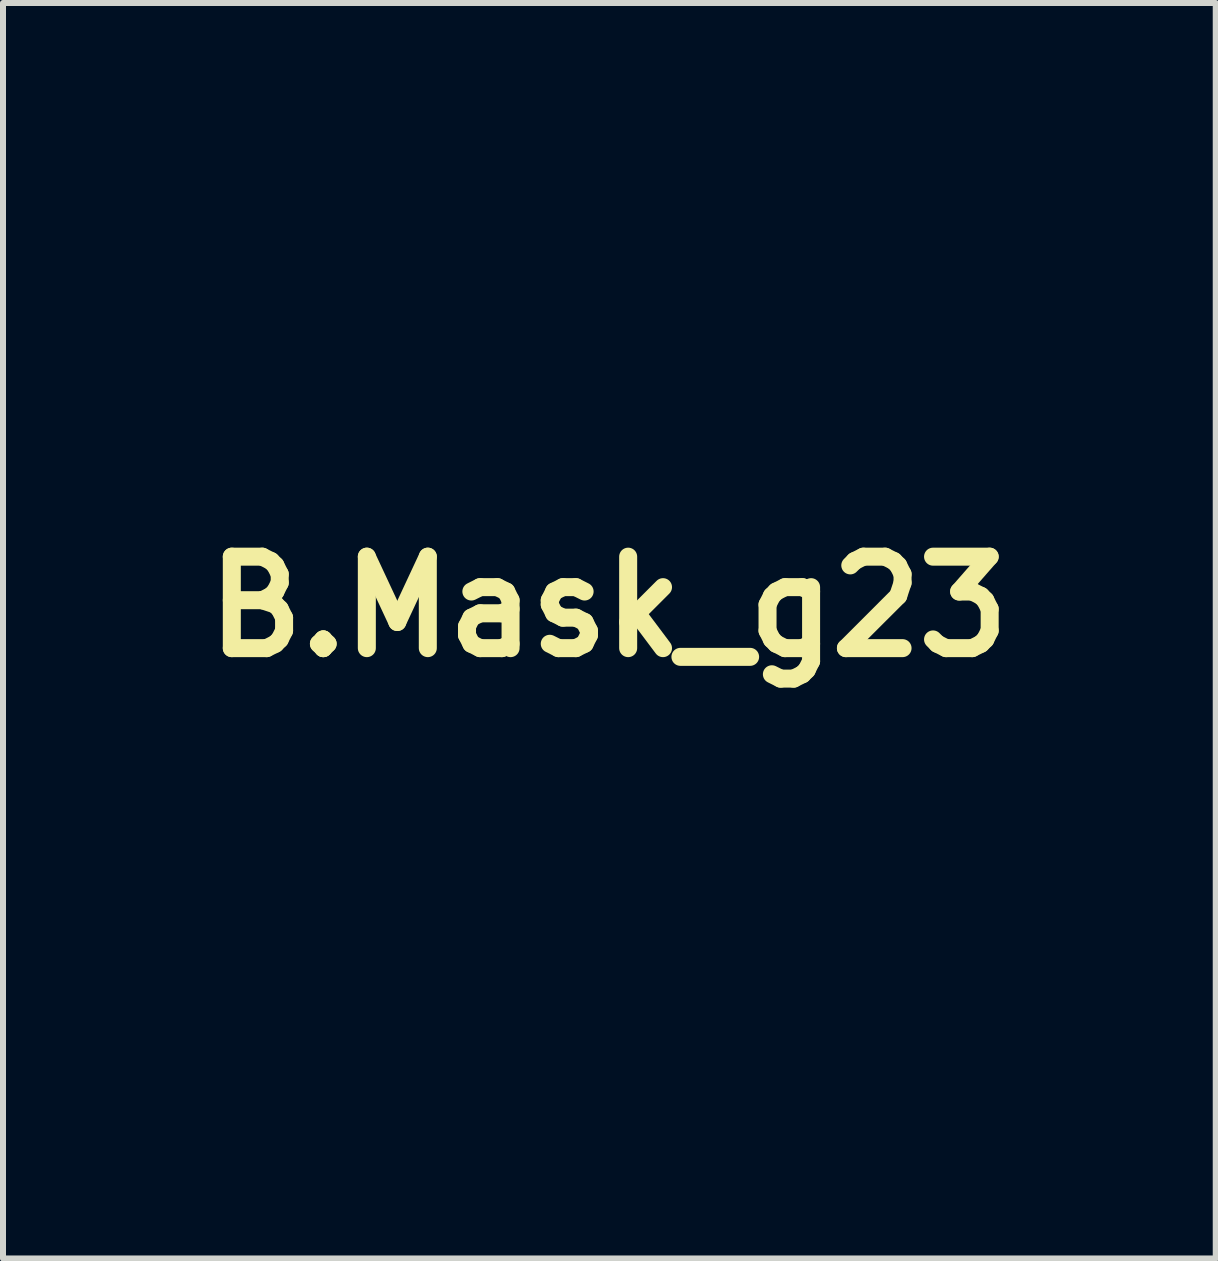
<source format=kicad_pcb>
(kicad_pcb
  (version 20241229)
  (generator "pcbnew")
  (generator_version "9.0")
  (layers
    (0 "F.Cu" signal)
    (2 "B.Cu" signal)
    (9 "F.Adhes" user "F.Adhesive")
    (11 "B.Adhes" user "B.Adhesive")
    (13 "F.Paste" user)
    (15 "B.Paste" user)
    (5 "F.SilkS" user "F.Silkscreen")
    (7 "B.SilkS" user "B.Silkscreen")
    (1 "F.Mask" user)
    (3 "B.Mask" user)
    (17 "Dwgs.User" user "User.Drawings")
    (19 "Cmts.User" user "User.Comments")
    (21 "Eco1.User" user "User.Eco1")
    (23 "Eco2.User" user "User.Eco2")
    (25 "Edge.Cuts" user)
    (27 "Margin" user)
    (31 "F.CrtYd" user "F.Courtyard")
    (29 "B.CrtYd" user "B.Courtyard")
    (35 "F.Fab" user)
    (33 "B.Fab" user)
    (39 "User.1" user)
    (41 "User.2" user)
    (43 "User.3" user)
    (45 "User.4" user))
  (footprint "B.Mask_g23"
    (layer "F.Cu")
    (at 7.09 7.06)
    (property "Reference" "B.Mask_g23" (at 0 0 0) (layer "F.SilkS") (effects (font (size 1.524 1.524) (thickness 0.3))))
    (attr through_hole)
    (fp_poly (pts (xy 1.855 0.419) (xy 1.901 0.459) (xy 1.925 0.507) (xy 1.926 0.517) (xy 1.907 0.575) (xy 1.86 0.619) (xy 1.801 0.635) (xy 1.764 0.649) (xy 1.701 0.69) (xy 1.618 0.755) (xy 1.554 0.809) (xy 1.355 0.983) (xy 1.355 1.547) (xy 1.355 1.72) (xy 1.356 1.856) (xy 1.358 1.959) (xy 1.362 2.033) (xy 1.367 2.084) (xy 1.374 2.116) (xy 1.383 2.134) (xy 1.386 2.138) (xy 1.413 2.183) (xy 1.416 2.239) (xy 1.397 2.289) (xy 1.377 2.306) (xy 1.317 2.325) (xy 1.256 2.324) (xy 1.214 2.304) (xy 1.212 2.302) (xy 1.18 2.239) (xy 1.185 2.205) (xy 1.256 2.205) (xy 1.269 2.232) (xy 1.27 2.234) (xy 1.299 2.254) (xy 1.327 2.241) (xy 1.344 2.21) (xy 1.336 2.195) (xy 1.301 2.184) (xy 1.28 2.188) (xy 1.256 2.205) (xy 1.185 2.205) (xy 1.189 2.181) (xy 1.208 2.152) (xy 1.22 2.134) (xy 1.23 2.111) (xy 1.237 2.079) (xy 1.242 2.032) (xy 1.245 1.965) (xy 1.247 1.874) (xy 1.248 1.752) (xy 1.249 1.594) (xy 1.249 1.527) (xy 1.249 0.955) (xy 1.471 0.758) (xy 1.577 0.661) (xy 1.649 0.587) (xy 1.687 0.537) (xy 1.691 0.523) (xy 1.765 0.523) (xy 1.767 0.529) (xy 1.799 0.549) (xy 1.838 0.543) (xy 1.851 0.531) (xy 1.848 0.504) (xy 1.841 0.497) (xy 1.807 0.491) (xy 1.776 0.502) (xy 1.765 0.523) (xy 1.691 0.523) (xy 1.693 0.517) (xy 1.71 0.466) (xy 1.75 0.422) (xy 1.798 0.402) (xy 1.801 0.402) (xy 1.855 0.419)) (stroke (width 0.01) (type solid)) (fill yes) (layer "B.Mask"))
    (fp_poly (pts (xy 4.736 -7.032) (xy 4.786 -6.989) (xy 4.805 -6.93) (xy 4.821 -6.902) (xy 4.869 -6.849) (xy 4.947 -6.771) (xy 5.054 -6.671) (xy 5.189 -6.549) (xy 5.228 -6.514) (xy 5.652 -6.137) (xy 5.652 0.754) (xy 6.074 1.128) (xy 6.223 1.258) (xy 6.342 1.36) (xy 6.434 1.434) (xy 6.499 1.48) (xy 6.539 1.501) (xy 6.546 1.503) (xy 6.615 1.518) (xy 6.658 1.557) (xy 6.672 1.61) (xy 6.651 1.667) (xy 6.636 1.684) (xy 6.584 1.726) (xy 6.538 1.731) (xy 6.483 1.704) (xy 6.482 1.703) (xy 6.446 1.661) (xy 6.435 1.621) (xy 6.43 1.606) (xy 6.52 1.606) (xy 6.525 1.638) (xy 6.548 1.651) (xy 6.583 1.642) (xy 6.59 1.637) (xy 6.591 1.613) (xy 6.571 1.586) (xy 6.544 1.576) (xy 6.538 1.578) (xy 6.52 1.606) (xy 6.43 1.606) (xy 6.427 1.598) (xy 6.401 1.563) (xy 6.355 1.513) (xy 6.285 1.445) (xy 6.19 1.357) (xy 6.066 1.245) (xy 6.001 1.187) (xy 5.567 0.802) (xy 5.567 -6.09) (xy 5.152 -6.458) (xy 5.016 -6.578) (xy 4.907 -6.671) (xy 4.822 -6.741) (xy 4.758 -6.79) (xy 4.709 -6.821) (xy 4.674 -6.836) (xy 4.663 -6.839) (xy 4.593 -6.863) (xy 4.558 -6.908) (xy 4.553 -6.942) (xy 4.635 -6.942) (xy 4.65 -6.914) (xy 4.681 -6.905) (xy 4.706 -6.926) (xy 4.71 -6.944) (xy 4.692 -6.973) (xy 4.673 -6.981) (xy 4.643 -6.972) (xy 4.635 -6.942) (xy 4.553 -6.942) (xy 4.551 -6.954) (xy 4.568 -7.011) (xy 4.617 -7.042) (xy 4.668 -7.048) (xy 4.736 -7.032)) (stroke (width 0.01) (type solid)) (fill yes) (layer "B.Mask"))
    (fp_poly (pts (xy -1.211 -1.134) (xy -1.176 -1.092) (xy -1.167 -1.037) (xy -1.192 -0.978) (xy -1.2 -0.969) (xy -1.211 -0.953) (xy -1.219 -0.929) (xy -1.226 -0.892) (xy -1.23 -0.836) (xy -1.233 -0.758) (xy -1.235 -0.651) (xy -1.237 -0.512) (xy -1.237 -0.353) (xy -1.238 0.223) (xy -1.333 0.307) (xy -1.399 0.366) (xy -1.479 0.437) (xy -1.548 0.497) (xy -1.621 0.568) (xy -1.66 0.622) (xy -1.67 0.657) (xy -1.681 0.709) (xy -1.698 0.737) (xy -1.745 0.758) (xy -1.808 0.759) (xy -1.867 0.741) (xy -1.891 0.723) (xy -1.919 0.681) (xy -1.923 0.664) (xy -1.836 0.664) (xy -1.832 0.675) (xy -1.803 0.696) (xy -1.771 0.693) (xy -1.757 0.668) (xy -1.771 0.631) (xy -1.802 0.619) (xy -1.825 0.631) (xy -1.836 0.664) (xy -1.923 0.664) (xy -1.926 0.652) (xy -1.908 0.607) (xy -1.863 0.569) (xy -1.806 0.55) (xy -1.798 0.55) (xy -1.754 0.534) (xy -1.682 0.486) (xy -1.584 0.406) (xy -1.54 0.368) (xy -1.333 0.185) (xy -1.333 -0.363) (xy -1.334 -0.53) (xy -1.334 -0.66) (xy -1.336 -0.759) (xy -1.339 -0.831) (xy -1.344 -0.882) (xy -1.351 -0.918) (xy -1.36 -0.943) (xy -1.372 -0.964) (xy -1.378 -0.972) (xy -1.409 -1.038) (xy -1.406 -1.056) (xy -1.324 -1.056) (xy -1.322 -1.029) (xy -1.297 -1.008) (xy -1.267 -1.008) (xy -1.266 -1.008) (xy -1.25 -1.036) (xy -1.249 -1.049) (xy -1.264 -1.074) (xy -1.296 -1.077) (xy -1.324 -1.056) (xy -1.406 -1.056) (xy -1.4 -1.093) (xy -1.35 -1.136) (xy -1.333 -1.143) (xy -1.266 -1.154) (xy -1.211 -1.134)) (stroke (width 0.01) (type solid)) (fill yes) (layer "B.Mask"))
    (fp_poly (pts (xy -0.801 -1.142) (xy -0.756 -1.105) (xy -0.735 -1.05) (xy -0.743 -1) (xy -0.765 -0.963) (xy -0.782 -0.953) (xy -0.79 -0.931) (xy -0.796 -0.868) (xy -0.8 -0.763) (xy -0.803 -0.616) (xy -0.804 -0.428) (xy -0.804 -0.364) (xy -0.804 0.224) (xy -1.237 0.604) (xy -1.37 0.722) (xy -1.475 0.816) (xy -1.553 0.889) (xy -1.608 0.945) (xy -1.644 0.986) (xy -1.664 1.016) (xy -1.671 1.038) (xy -1.671 1.04) (xy -1.69 1.103) (xy -1.737 1.141) (xy -1.805 1.148) (xy -1.847 1.138) (xy -1.898 1.104) (xy -1.919 1.055) (xy -1.915 1.027) (xy -1.834 1.027) (xy -1.832 1.056) (xy -1.803 1.077) (xy -1.771 1.074) (xy -1.757 1.049) (xy -1.771 1.012) (xy -1.78 1.004) (xy -1.812 1.003) (xy -1.834 1.027) (xy -1.915 1.027) (xy -1.912 1.003) (xy -1.879 0.958) (xy -1.824 0.933) (xy -1.8 0.931) (xy -1.773 0.924) (xy -1.734 0.902) (xy -1.678 0.861) (xy -1.601 0.8) (xy -1.502 0.715) (xy -1.376 0.605) (xy -1.332 0.566) (xy -0.921 0.201) (xy -0.915 -0.37) (xy -0.914 -0.543) (xy -0.913 -0.678) (xy -0.914 -0.78) (xy -0.917 -0.854) (xy -0.921 -0.904) (xy -0.927 -0.936) (xy -0.935 -0.952) (xy -0.942 -0.958) (xy -0.97 -0.995) (xy -0.973 -1.048) (xy -0.972 -1.051) (xy -0.889 -1.051) (xy -0.88 -1.015) (xy -0.875 -1.009) (xy -0.851 -1.008) (xy -0.824 -1.028) (xy -0.814 -1.055) (xy -0.816 -1.061) (xy -0.844 -1.078) (xy -0.876 -1.073) (xy -0.889 -1.051) (xy -0.972 -1.051) (xy -0.952 -1.102) (xy -0.92 -1.135) (xy -0.859 -1.155) (xy -0.801 -1.142)) (stroke (width 0.01) (type solid)) (fill yes) (layer "B.Mask"))
    (fp_poly (pts (xy 5.187 -7.028) (xy 5.221 -6.974) (xy 5.225 -6.953) (xy 5.232 -6.929) (xy 5.251 -6.899) (xy 5.284 -6.859) (xy 5.336 -6.806) (xy 5.41 -6.737) (xy 5.509 -6.647) (xy 5.636 -6.534) (xy 5.664 -6.509) (xy 6.096 -6.129) (xy 6.097 -2.678) (xy 6.099 0.773) (xy 6.507 1.132) (xy 6.647 1.255) (xy 6.76 1.351) (xy 6.847 1.421) (xy 6.912 1.468) (xy 6.956 1.493) (xy 6.976 1.499) (xy 7.044 1.52) (xy 7.093 1.56) (xy 7.112 1.608) (xy 7.094 1.667) (xy 7.048 1.708) (xy 6.987 1.726) (xy 6.923 1.714) (xy 6.906 1.703) (xy 6.866 1.653) (xy 6.858 1.621) (xy 6.943 1.621) (xy 6.957 1.644) (xy 6.988 1.645) (xy 7.016 1.626) (xy 7.022 1.614) (xy 7.012 1.593) (xy 6.987 1.587) (xy 6.95 1.601) (xy 6.943 1.621) (xy 6.858 1.621) (xy 6.856 1.613) (xy 6.851 1.591) (xy 6.833 1.562) (xy 6.8 1.523) (xy 6.748 1.47) (xy 6.675 1.401) (xy 6.576 1.312) (xy 6.448 1.199) (xy 6.422 1.176) (xy 5.99 0.796) (xy 5.99 -6.095) (xy 5.574 -6.466) (xy 5.438 -6.585) (xy 5.33 -6.679) (xy 5.247 -6.748) (xy 5.184 -6.795) (xy 5.139 -6.824) (xy 5.109 -6.836) (xy 5.101 -6.837) (xy 5.037 -6.852) (xy 4.996 -6.891) (xy 4.982 -6.937) (xy 5.064 -6.937) (xy 5.07 -6.92) (xy 5.097 -6.905) (xy 5.126 -6.921) (xy 5.14 -6.95) (xy 5.131 -6.98) (xy 5.115 -6.985) (xy 5.076 -6.97) (xy 5.064 -6.937) (xy 4.982 -6.937) (xy 4.981 -6.943) (xy 4.993 -6.994) (xy 5.036 -7.035) (xy 5.056 -7.044) (xy 5.129 -7.053) (xy 5.187 -7.028)) (stroke (width 0.01) (type solid)) (fill yes) (layer "B.Mask"))
    (fp_poly (pts (xy 1.868 0.04) (xy 1.891 0.06) (xy 1.921 0.118) (xy 1.916 0.178) (xy 1.881 0.226) (xy 1.821 0.252) (xy 1.798 0.254) (xy 1.768 0.265) (xy 1.718 0.297) (xy 1.645 0.353) (xy 1.547 0.435) (xy 1.422 0.543) (xy 1.328 0.626) (xy 0.91 0.997) (xy 0.91 1.546) (xy 0.91 1.714) (xy 0.911 1.844) (xy 0.913 1.941) (xy 0.916 2.013) (xy 0.92 2.062) (xy 0.927 2.095) (xy 0.936 2.117) (xy 0.948 2.133) (xy 0.953 2.138) (xy 0.99 2.197) (xy 0.986 2.254) (xy 0.956 2.293) (xy 0.896 2.324) (xy 0.83 2.322) (xy 0.776 2.29) (xy 0.744 2.232) (xy 0.745 2.229) (xy 0.832 2.229) (xy 0.848 2.258) (xy 0.868 2.265) (xy 0.895 2.249) (xy 0.901 2.242) (xy 0.903 2.21) (xy 0.881 2.188) (xy 0.85 2.19) (xy 0.844 2.195) (xy 0.832 2.229) (xy 0.745 2.229) (xy 0.754 2.177) (xy 0.783 2.144) (xy 0.796 2.131) (xy 0.805 2.114) (xy 0.813 2.087) (xy 0.818 2.047) (xy 0.822 1.986) (xy 0.824 1.902) (xy 0.826 1.788) (xy 0.826 1.641) (xy 0.826 1.525) (xy 0.827 0.942) (xy 1.26 0.561) (xy 1.392 0.444) (xy 1.495 0.351) (xy 1.572 0.279) (xy 1.628 0.224) (xy 1.664 0.183) (xy 1.684 0.153) (xy 1.688 0.142) (xy 1.765 0.142) (xy 1.767 0.148) (xy 1.799 0.168) (xy 1.838 0.162) (xy 1.851 0.15) (xy 1.848 0.123) (xy 1.841 0.116) (xy 1.807 0.11) (xy 1.776 0.121) (xy 1.765 0.142) (xy 1.688 0.142) (xy 1.692 0.129) (xy 1.693 0.122) (xy 1.711 0.067) (xy 1.755 0.032) (xy 1.811 0.022) (xy 1.868 0.04)) (stroke (width 0.01) (type solid)) (fill yes) (layer "B.Mask"))
    (fp_poly (pts (xy 4.334 -6.16) (xy 4.485 -6.026) (xy 4.608 -5.922) (xy 4.701 -5.846) (xy 4.767 -5.799) (xy 4.805 -5.779) (xy 4.81 -5.779) (xy 4.879 -5.763) (xy 4.927 -5.724) (xy 4.949 -5.672) (xy 4.941 -5.616) (xy 4.914 -5.581) (xy 4.855 -5.55) (xy 4.792 -5.552) (xy 4.738 -5.581) (xy 4.704 -5.633) (xy 4.7 -5.662) (xy 4.784 -5.662) (xy 4.801 -5.636) (xy 4.826 -5.63) (xy 4.86 -5.644) (xy 4.868 -5.662) (xy 4.851 -5.688) (xy 4.826 -5.694) (xy 4.792 -5.681) (xy 4.784 -5.662) (xy 4.7 -5.662) (xy 4.699 -5.667) (xy 4.686 -5.694) (xy 4.646 -5.741) (xy 4.578 -5.81) (xy 4.481 -5.903) (xy 4.352 -6.02) (xy 4.281 -6.083) (xy 3.863 -6.455) (xy 0.468 -6.456) (xy 0.043 -6.081) (xy -0.381 -5.706) (xy -0.381 -3.791) (xy -0.816 -3.405) (xy -0.954 -3.281) (xy -1.067 -3.176) (xy -1.153 -3.093) (xy -1.21 -3.033) (xy -1.237 -2.998) (xy -1.239 -2.99) (xy -1.246 -2.957) (xy -1.276 -2.915) (xy -1.316 -2.877) (xy -1.354 -2.858) (xy -1.36 -2.857) (xy -1.397 -2.869) (xy -1.435 -2.89) (xy -1.477 -2.939) (xy -1.481 -2.974) (xy -1.408 -2.974) (xy -1.406 -2.961) (xy -1.375 -2.943) (xy -1.336 -2.949) (xy -1.327 -2.956) (xy -1.326 -2.982) (xy -1.336 -2.999) (xy -1.365 -3.016) (xy -1.389 -3.004) (xy -1.408 -2.974) (xy -1.481 -2.974) (xy -1.484 -2.994) (xy -1.46 -3.045) (xy -1.411 -3.08) (xy -1.355 -3.09) (xy -1.324 -3.105) (xy -1.264 -3.147) (xy -1.179 -3.215) (xy -1.068 -3.307) (xy -0.936 -3.423) (xy -0.888 -3.465) (xy -0.466 -3.84) (xy -0.466 -5.753) (xy 0.413 -6.538) (xy 3.906 -6.54) (xy 4.334 -6.16)) (stroke (width 0.01) (type solid)) (fill yes) (layer "B.Mask"))
    (fp_poly (pts (xy 4.336 -6.54) (xy 4.488 -6.407) (xy 4.612 -6.302) (xy 4.707 -6.225) (xy 4.773 -6.178) (xy 4.81 -6.16) (xy 4.812 -6.16) (xy 4.88 -6.145) (xy 4.928 -6.106) (xy 4.949 -6.055) (xy 4.94 -6.001) (xy 4.898 -5.955) (xy 4.831 -5.931) (xy 4.77 -5.946) (xy 4.723 -5.996) (xy 4.71 -6.031) (xy 4.704 -6.043) (xy 4.784 -6.043) (xy 4.801 -6.017) (xy 4.826 -6.011) (xy 4.86 -6.025) (xy 4.868 -6.043) (xy 4.851 -6.069) (xy 4.826 -6.075) (xy 4.792 -6.062) (xy 4.784 -6.043) (xy 4.704 -6.043) (xy 4.695 -6.061) (xy 4.665 -6.101) (xy 4.617 -6.154) (xy 4.547 -6.223) (xy 4.451 -6.312) (xy 4.328 -6.423) (xy 4.276 -6.47) (xy 3.863 -6.837) (xy 0.463 -6.837) (xy -0.171 -6.274) (xy -0.804 -5.71) (xy -0.804 -3.798) (xy -1.238 -3.412) (xy -1.375 -3.289) (xy -1.482 -3.191) (xy -1.563 -3.115) (xy -1.619 -3.057) (xy -1.654 -3.015) (xy -1.67 -2.987) (xy -1.672 -2.976) (xy -1.69 -2.919) (xy -1.737 -2.882) (xy -1.799 -2.869) (xy -1.858 -2.884) (xy -1.905 -2.924) (xy -1.917 -2.969) (xy -1.837 -2.969) (xy -1.827 -2.956) (xy -1.793 -2.942) (xy -1.764 -2.954) (xy -1.757 -2.974) (xy -1.774 -3) (xy -1.799 -3.006) (xy -1.836 -2.995) (xy -1.837 -2.969) (xy -1.917 -2.969) (xy -1.92 -2.977) (xy -1.906 -3.029) (xy -1.867 -3.071) (xy -1.807 -3.09) (xy -1.799 -3.09) (xy -1.773 -3.097) (xy -1.734 -3.119) (xy -1.678 -3.159) (xy -1.602 -3.219) (xy -1.504 -3.302) (xy -1.379 -3.41) (xy -1.327 -3.455) (xy -0.912 -3.821) (xy -0.911 -4.784) (xy -0.909 -5.747) (xy 0.413 -6.919) (xy 3.908 -6.921) (xy 4.336 -6.54)) (stroke (width 0.01) (type solid)) (fill yes) (layer "B.Mask"))
    (fp_poly (pts (xy -1.16 -4.747) (xy -1.112 -4.709) (xy -1.082 -4.663) (xy -1.079 -4.646) (xy -1.098 -4.599) (xy -1.143 -4.557) (xy -1.2 -4.531) (xy -1.222 -4.529) (xy -1.248 -4.522) (xy -1.287 -4.5) (xy -1.341 -4.461) (xy -1.414 -4.402) (xy -1.51 -4.32) (xy -1.631 -4.213) (xy -1.704 -4.148) (xy -2.127 -3.769) (xy -3.423 -3.768) (xy -4.718 -3.768) (xy -5.354 -3.204) (xy -5.99 -2.64) (xy -5.99 2.722) (xy -6.413 3.098) (xy -6.559 3.229) (xy -6.675 3.336) (xy -6.76 3.42) (xy -6.814 3.479) (xy -6.836 3.512) (xy -6.837 3.515) (xy -6.855 3.573) (xy -6.901 3.615) (xy -6.961 3.636) (xy -7.022 3.63) (xy -7.058 3.607) (xy -7.085 3.555) (xy -7.083 3.527) (xy -7.003 3.527) (xy -6.999 3.544) (xy -6.975 3.563) (xy -6.941 3.56) (xy -6.922 3.536) (xy -6.921 3.532) (xy -6.938 3.509) (xy -6.973 3.495) (xy -6.999 3.5) (xy -7.003 3.527) (xy -7.083 3.527) (xy -7.081 3.497) (xy -7.051 3.446) (xy -7.002 3.415) (xy -6.953 3.412) (xy -6.926 3.4) (xy -6.871 3.361) (xy -6.79 3.298) (xy -6.688 3.213) (xy -6.565 3.107) (xy -6.497 3.048) (xy -6.077 2.678) (xy -6.076 -0.005) (xy -6.075 -2.687) (xy -5.42 -3.27) (xy -4.765 -3.852) (xy -2.177 -3.852) (xy -1.755 -4.226) (xy -1.617 -4.35) (xy -1.508 -4.449) (xy -1.428 -4.526) (xy -1.374 -4.583) (xy -1.343 -4.622) (xy -1.333 -4.646) (xy -1.333 -4.646) (xy -1.249 -4.646) (xy -1.231 -4.62) (xy -1.206 -4.614) (xy -1.172 -4.628) (xy -1.164 -4.646) (xy -1.182 -4.672) (xy -1.206 -4.678) (xy -1.241 -4.665) (xy -1.249 -4.646) (xy -1.333 -4.646) (xy -1.315 -4.702) (xy -1.268 -4.746) (xy -1.21 -4.763) (xy -1.16 -4.747)) (stroke (width 0.01) (type solid)) (fill yes) (layer "B.Mask"))
    (fp_poly (pts (xy -1.156 -4.365) (xy -1.111 -4.327) (xy -1.083 -4.282) (xy -1.079 -4.265) (xy -1.098 -4.219) (xy -1.142 -4.176) (xy -1.197 -4.151) (xy -1.218 -4.149) (xy -1.245 -4.14) (xy -1.288 -4.114) (xy -1.35 -4.068) (xy -1.434 -4) (xy -1.542 -3.907) (xy -1.678 -3.788) (xy -1.7 -3.768) (xy -2.127 -3.387) (xy -3.423 -3.387) (xy -4.718 -3.387) (xy -5.131 -3.022) (xy -5.544 -2.656) (xy -5.546 2.708) (xy -5.98 3.094) (xy -6.124 3.224) (xy -6.237 3.328) (xy -6.32 3.409) (xy -6.376 3.468) (xy -6.407 3.508) (xy -6.413 3.526) (xy -6.431 3.582) (xy -6.477 3.622) (xy -6.536 3.638) (xy -6.596 3.628) (xy -6.632 3.602) (xy -6.66 3.558) (xy -6.665 3.538) (xy -6.577 3.538) (xy -6.555 3.555) (xy -6.542 3.556) (xy -6.506 3.543) (xy -6.498 3.523) (xy -6.514 3.497) (xy -6.533 3.496) (xy -6.569 3.514) (xy -6.577 3.538) (xy -6.665 3.538) (xy -6.668 3.528) (xy -6.649 3.479) (xy -6.606 3.436) (xy -6.553 3.412) (xy -6.532 3.411) (xy -6.509 3.407) (xy -6.471 3.386) (xy -6.416 3.346) (xy -6.341 3.286) (xy -6.242 3.202) (xy -6.117 3.092) (xy -6.068 3.049) (xy -5.652 2.68) (xy -5.652 -2.681) (xy -5.208 -3.076) (xy -4.764 -3.471) (xy -2.17 -3.473) (xy -1.757 -3.841) (xy -1.62 -3.964) (xy -1.513 -4.063) (xy -1.434 -4.14) (xy -1.38 -4.197) (xy -1.349 -4.237) (xy -1.337 -4.263) (xy -1.337 -4.265) (xy -1.249 -4.265) (xy -1.231 -4.239) (xy -1.206 -4.233) (xy -1.172 -4.247) (xy -1.164 -4.265) (xy -1.182 -4.291) (xy -1.206 -4.297) (xy -1.241 -4.284) (xy -1.249 -4.265) (xy -1.337 -4.265) (xy -1.312 -4.321) (xy -1.26 -4.365) (xy -1.202 -4.381) (xy -1.156 -4.365)) (stroke (width 0.01) (type solid)) (fill yes) (layer "B.Mask"))
    (fp_poly (pts (xy 0.615 0.89) (xy 0.648 0.921) (xy 0.67 0.962) (xy 0.666 0.995) (xy 0.648 1.027) (xy 0.602 1.065) (xy 0.539 1.081) (xy 0.479 1.072) (xy 0.445 1.048) (xy 0.431 1.038) (xy 0.406 1.031) (xy 0.365 1.026) (xy 0.302 1.021) (xy 0.214 1.019) (xy 0.097 1.017) (xy -0.055 1.016) (xy -0.207 1.016) (xy -0.832 1.016) (xy -0.94 1.11) (xy -1.014 1.175) (xy -1.094 1.244) (xy -1.141 1.286) (xy -1.234 1.368) (xy -1.237 1.724) (xy -1.237 1.858) (xy -1.236 1.956) (xy -1.232 2.026) (xy -1.226 2.073) (xy -1.216 2.104) (xy -1.203 2.127) (xy -1.202 2.129) (xy -1.168 2.196) (xy -1.173 2.26) (xy -1.197 2.295) (xy -1.252 2.323) (xy -1.318 2.324) (xy -1.375 2.297) (xy -1.383 2.29) (xy -1.415 2.234) (xy -1.414 2.228) (xy -1.328 2.228) (xy -1.322 2.245) (xy -1.295 2.26) (xy -1.266 2.245) (xy -1.253 2.215) (xy -1.261 2.185) (xy -1.278 2.18) (xy -1.316 2.195) (xy -1.328 2.228) (xy -1.414 2.228) (xy -1.405 2.182) (xy -1.376 2.148) (xy -1.361 2.132) (xy -1.35 2.11) (xy -1.342 2.077) (xy -1.337 2.025) (xy -1.335 1.949) (xy -1.334 1.842) (xy -1.333 1.723) (xy -1.333 1.336) (xy -0.93 0.975) (xy 0.508 0.975) (xy 0.523 1.002) (xy 0.553 1.011) (xy 0.578 0.99) (xy 0.582 0.972) (xy 0.564 0.944) (xy 0.545 0.935) (xy 0.515 0.944) (xy 0.508 0.975) (xy -0.93 0.975) (xy -0.882 0.931) (xy -0.232 0.931) (xy -0.045 0.931) (xy 0.104 0.93) (xy 0.219 0.928) (xy 0.305 0.926) (xy 0.367 0.921) (xy 0.407 0.916) (xy 0.432 0.909) (xy 0.445 0.9) (xy 0.493 0.871) (xy 0.555 0.868) (xy 0.615 0.89)) (stroke (width 0.01) (type solid)) (fill yes) (layer "B.Mask"))
    (fp_poly (pts (xy 4.743 1.013) (xy 4.788 1.058) (xy 4.805 1.113) (xy 4.822 1.141) (xy 4.87 1.194) (xy 4.949 1.272) (xy 5.057 1.372) (xy 5.193 1.494) (xy 5.228 1.524) (xy 5.65 1.894) (xy 5.65 3.842) (xy 5.65 5.789) (xy 5.213 6.175) (xy 4.776 6.562) (xy 3.049 6.562) (xy 1.323 6.563) (xy 0.905 6.935) (xy 0.768 7.057) (xy 0.662 7.155) (xy 0.583 7.231) (xy 0.529 7.288) (xy 0.498 7.327) (xy 0.487 7.352) (xy 0.487 7.354) (xy 0.468 7.411) (xy 0.423 7.455) (xy 0.368 7.472) (xy 0.32 7.46) (xy 0.28 7.439) (xy 0.244 7.4) (xy 0.233 7.365) (xy 0.236 7.355) (xy 0.318 7.355) (xy 0.335 7.381) (xy 0.36 7.387) (xy 0.394 7.374) (xy 0.402 7.355) (xy 0.385 7.33) (xy 0.36 7.324) (xy 0.325 7.337) (xy 0.318 7.355) (xy 0.236 7.355) (xy 0.251 7.311) (xy 0.297 7.265) (xy 0.356 7.24) (xy 0.371 7.239) (xy 0.398 7.231) (xy 0.441 7.205) (xy 0.503 7.159) (xy 0.587 7.09) (xy 0.695 6.997) (xy 0.831 6.878) (xy 0.853 6.858) (xy 1.281 6.477) (xy 4.733 6.477) (xy 5.567 5.733) (xy 5.567 1.95) (xy 5.149 1.578) (xy 5.018 1.463) (xy 4.915 1.373) (xy 4.834 1.306) (xy 4.774 1.259) (xy 4.728 1.229) (xy 4.695 1.212) (xy 4.669 1.207) (xy 4.666 1.207) (xy 4.597 1.193) (xy 4.56 1.153) (xy 4.553 1.108) (xy 4.639 1.108) (xy 4.644 1.137) (xy 4.671 1.139) (xy 4.703 1.119) (xy 4.71 1.1) (xy 4.696 1.073) (xy 4.669 1.072) (xy 4.644 1.094) (xy 4.639 1.108) (xy 4.553 1.108) (xy 4.551 1.097) (xy 4.569 1.039) (xy 4.62 1.004) (xy 4.684 0.995) (xy 4.743 1.013)) (stroke (width 0.01) (type solid)) (fill yes) (layer "B.Mask"))
    (fp_poly (pts (xy -4.163 2.918) (xy -4.121 2.96) (xy -4.106 3.014) (xy -4.123 3.073) (xy -4.171 3.106) (xy -4.215 3.111) (xy -4.241 3.118) (xy -4.278 3.138) (xy -4.331 3.176) (xy -4.403 3.233) (xy -4.497 3.312) (xy -4.617 3.416) (xy -4.698 3.487) (xy -5.122 3.863) (xy -5.122 4.797) (xy -5.122 5.731) (xy -4.719 6.096) (xy -2.365 6.095) (xy -0.011 6.095) (xy 0.407 5.723) (xy 0.542 5.602) (xy 0.647 5.506) (xy 0.725 5.431) (xy 0.778 5.375) (xy 0.811 5.335) (xy 0.825 5.308) (xy 0.826 5.301) (xy 0.826 5.301) (xy 0.91 5.301) (xy 0.928 5.328) (xy 0.954 5.334) (xy 0.987 5.324) (xy 0.99 5.308) (xy 0.967 5.281) (xy 0.935 5.275) (xy 0.912 5.29) (xy 0.91 5.301) (xy 0.826 5.301) (xy 0.844 5.251) (xy 0.889 5.208) (xy 0.947 5.186) (xy 0.957 5.186) (xy 1.003 5.202) (xy 1.048 5.24) (xy 1.076 5.286) (xy 1.079 5.302) (xy 1.061 5.349) (xy 1.017 5.391) (xy 0.962 5.416) (xy 0.941 5.419) (xy 0.914 5.427) (xy 0.871 5.454) (xy 0.807 5.501) (xy 0.722 5.571) (xy 0.611 5.666) (xy 0.473 5.788) (xy 0.46 5.8) (xy 0.032 6.181) (xy -4.76 6.181) (xy -4.983 5.985) (xy -5.206 5.789) (xy -5.207 3.814) (xy -4.784 3.439) (xy -4.671 3.338) (xy -4.57 3.245) (xy -4.484 3.163) (xy -4.417 3.097) (xy -4.375 3.051) (xy -4.36 3.029) (xy -4.351 2.996) (xy -4.268 2.996) (xy -4.266 3.025) (xy -4.237 3.046) (xy -4.205 3.042) (xy -4.191 3.017) (xy -4.205 2.981) (xy -4.214 2.973) (xy -4.246 2.972) (xy -4.268 2.996) (xy -4.351 2.996) (xy -4.349 2.986) (xy -4.327 2.947) (xy -4.279 2.908) (xy -4.22 2.9) (xy -4.163 2.918)) (stroke (width 0.01) (type solid)) (fill yes) (layer "B.Mask"))
    (fp_poly (pts (xy 1.348 -1.145) (xy 1.394 -1.11) (xy 1.417 -1.051) (xy 1.418 -1.036) (xy 1.408 -0.984) (xy 1.386 -0.96) (xy 1.375 -0.95) (xy 1.367 -0.925) (xy 1.361 -0.881) (xy 1.357 -0.811) (xy 1.355 -0.711) (xy 1.354 -0.575) (xy 1.354 -0.553) (xy 1.354 -0.159) (xy 1.12 0.048) (xy 0.886 0.254) (xy 0.237 0.255) (xy 0.048 0.255) (xy -0.103 0.256) (xy -0.221 0.258) (xy -0.309 0.262) (xy -0.372 0.266) (xy -0.415 0.272) (xy -0.442 0.28) (xy -0.454 0.286) (xy -0.519 0.314) (xy -0.585 0.308) (xy -0.624 0.283) (xy -0.651 0.23) (xy -0.648 0.204) (xy -0.569 0.204) (xy -0.564 0.221) (xy -0.54 0.24) (xy -0.507 0.236) (xy -0.487 0.213) (xy -0.487 0.209) (xy -0.504 0.185) (xy -0.538 0.172) (xy -0.564 0.176) (xy -0.569 0.204) (xy -0.648 0.204) (xy -0.645 0.171) (xy -0.607 0.119) (xy -0.588 0.107) (xy -0.547 0.088) (xy -0.515 0.092) (xy -0.471 0.12) (xy -0.468 0.122) (xy -0.448 0.136) (xy -0.427 0.146) (xy -0.4 0.155) (xy -0.361 0.16) (xy -0.305 0.165) (xy -0.228 0.167) (xy -0.125 0.169) (xy 0.01 0.169) (xy 0.181 0.169) (xy 0.217 0.169) (xy 0.838 0.169) (xy 1.249 -0.193) (xy 1.249 -0.573) (xy 1.248 -0.725) (xy 1.244 -0.839) (xy 1.238 -0.915) (xy 1.23 -0.95) (xy 1.227 -0.953) (xy 1.201 -0.971) (xy 1.184 -1.013) (xy 1.182 -1.055) (xy 1.256 -1.055) (xy 1.269 -1.027) (xy 1.27 -1.026) (xy 1.299 -1.006) (xy 1.327 -1.019) (xy 1.344 -1.049) (xy 1.336 -1.064) (xy 1.301 -1.076) (xy 1.28 -1.071) (xy 1.256 -1.055) (xy 1.182 -1.055) (xy 1.182 -1.061) (xy 1.189 -1.086) (xy 1.234 -1.135) (xy 1.291 -1.154) (xy 1.348 -1.145)) (stroke (width 0.01) (type solid)) (fill yes) (layer "B.Mask"))
    (fp_poly (pts (xy 3.905 -6.159) (xy 4.333 -5.778) (xy 4.45 -5.675) (xy 4.557 -5.584) (xy 4.65 -5.506) (xy 4.725 -5.447) (xy 4.777 -5.41) (xy 4.801 -5.397) (xy 4.848 -5.384) (xy 4.898 -5.352) (xy 4.939 -5.312) (xy 4.953 -5.28) (xy 4.935 -5.235) (xy 4.892 -5.193) (xy 4.838 -5.167) (xy 4.817 -5.165) (xy 4.753 -5.183) (xy 4.71 -5.231) (xy 4.699 -5.28) (xy 4.698 -5.283) (xy 4.784 -5.283) (xy 4.801 -5.255) (xy 4.828 -5.249) (xy 4.86 -5.259) (xy 4.863 -5.276) (xy 4.84 -5.302) (xy 4.808 -5.309) (xy 4.786 -5.294) (xy 4.784 -5.283) (xy 4.698 -5.283) (xy 4.691 -5.303) (xy 4.665 -5.339) (xy 4.618 -5.39) (xy 4.547 -5.459) (xy 4.451 -5.549) (xy 4.325 -5.662) (xy 4.281 -5.702) (xy 3.863 -6.073) (xy 2.165 -6.074) (xy 0.467 -6.075) (xy 0.267 -5.9) (xy 0.066 -5.726) (xy 0.065 -4.763) (xy 0.063 -3.799) (xy -0.37 -3.418) (xy -0.519 -3.285) (xy -0.637 -3.178) (xy -0.722 -3.095) (xy -0.777 -3.036) (xy -0.802 -3.001) (xy -0.804 -2.994) (xy -0.823 -2.928) (xy -0.87 -2.884) (xy -0.934 -2.869) (xy -0.995 -2.885) (xy -1.04 -2.926) (xy -1.052 -2.973) (xy -0.974 -2.973) (xy -0.959 -2.947) (xy -0.927 -2.945) (xy -0.898 -2.966) (xy -0.9 -2.993) (xy -0.925 -3.014) (xy -0.956 -3.014) (xy -0.957 -3.014) (xy -0.972 -2.986) (xy -0.974 -2.973) (xy -1.052 -2.973) (xy -1.053 -2.979) (xy -1.038 -3.031) (xy -0.999 -3.072) (xy -0.938 -3.09) (xy -0.933 -3.09) (xy -0.907 -3.098) (xy -0.865 -3.123) (xy -0.805 -3.167) (xy -0.724 -3.233) (xy -0.618 -3.323) (xy -0.485 -3.44) (xy -0.46 -3.462) (xy -0.042 -3.834) (xy -0.042 -5.749) (xy 0.189 -5.954) (xy 0.421 -6.16) (xy 3.905 -6.159)) (stroke (width 0.01) (type solid)) (fill yes) (layer "B.Mask"))
    (fp_poly (pts (xy 5.146 0.989) (xy 5.196 1.017) (xy 5.225 1.066) (xy 5.228 1.09) (xy 5.235 1.112) (xy 5.256 1.144) (xy 5.295 1.188) (xy 5.356 1.248) (xy 5.44 1.327) (xy 5.551 1.428) (xy 5.662 1.527) (xy 6.096 1.912) (xy 6.096 5.774) (xy 5.437 6.359) (xy 4.778 6.943) (xy 3.05 6.944) (xy 1.323 6.944) (xy 0.91 7.312) (xy 0.761 7.447) (xy 0.644 7.557) (xy 0.56 7.641) (xy 0.508 7.699) (xy 0.49 7.73) (xy 0.464 7.795) (xy 0.415 7.838) (xy 0.355 7.853) (xy 0.295 7.837) (xy 0.268 7.814) (xy 0.24 7.77) (xy 0.233 7.74) (xy 0.234 7.736) (xy 0.318 7.736) (xy 0.335 7.762) (xy 0.36 7.768) (xy 0.394 7.755) (xy 0.402 7.736) (xy 0.385 7.711) (xy 0.36 7.705) (xy 0.325 7.718) (xy 0.318 7.736) (xy 0.234 7.736) (xy 0.251 7.691) (xy 0.296 7.647) (xy 0.353 7.622) (xy 0.372 7.62) (xy 0.398 7.612) (xy 0.441 7.587) (xy 0.501 7.542) (xy 0.583 7.475) (xy 0.69 7.384) (xy 0.823 7.266) (xy 0.853 7.239) (xy 1.281 6.859) (xy 3.006 6.858) (xy 4.732 6.858) (xy 5.36 6.302) (xy 5.989 5.747) (xy 5.989 3.842) (xy 5.988 1.937) (xy 5.575 1.572) (xy 5.443 1.456) (xy 5.339 1.367) (xy 5.259 1.3) (xy 5.198 1.254) (xy 5.153 1.225) (xy 5.121 1.21) (xy 5.1 1.206) (xy 5.038 1.189) (xy 4.996 1.145) (xy 4.986 1.104) (xy 5.065 1.104) (xy 5.087 1.121) (xy 5.099 1.122) (xy 5.136 1.108) (xy 5.144 1.089) (xy 5.128 1.063) (xy 5.108 1.062) (xy 5.073 1.08) (xy 5.065 1.104) (xy 4.986 1.104) (xy 4.982 1.086) (xy 4.992 1.047) (xy 5.031 1.002) (xy 5.087 0.983) (xy 5.146 0.989)) (stroke (width 0.01) (type solid)) (fill yes) (layer "B.Mask"))
    (fp_poly (pts (xy -4.601 2.912) (xy -4.565 2.939) (xy -4.532 2.997) (xy -4.539 3.049) (xy -4.582 3.09) (xy -4.642 3.109) (xy -4.673 3.12) (xy -4.716 3.145) (xy -4.774 3.186) (xy -4.851 3.248) (xy -4.95 3.331) (xy -5.074 3.44) (xy -5.131 3.49) (xy -5.546 3.857) (xy -5.545 4.802) (xy -5.545 5.747) (xy -4.717 6.477) (xy -0.011 6.477) (xy 0.407 6.105) (xy 0.54 5.986) (xy 0.644 5.891) (xy 0.721 5.818) (xy 0.775 5.762) (xy 0.808 5.722) (xy 0.823 5.694) (xy 0.825 5.686) (xy 0.913 5.686) (xy 0.917 5.703) (xy 0.942 5.722) (xy 0.975 5.719) (xy 0.994 5.695) (xy 0.995 5.691) (xy 0.978 5.668) (xy 0.943 5.654) (xy 0.917 5.659) (xy 0.913 5.686) (xy 0.825 5.686) (xy 0.826 5.682) (xy 0.845 5.628) (xy 0.881 5.595) (xy 0.925 5.572) (xy 0.961 5.575) (xy 0.99 5.589) (xy 1.051 5.635) (xy 1.073 5.683) (xy 1.056 5.737) (xy 1.051 5.745) (xy 1.003 5.79) (xy 0.953 5.8) (xy 0.929 5.804) (xy 0.895 5.821) (xy 0.849 5.852) (xy 0.787 5.9) (xy 0.705 5.968) (xy 0.6 6.059) (xy 0.467 6.177) (xy 0.463 6.181) (xy 0.034 6.562) (xy -2.369 6.56) (xy -4.773 6.559) (xy -5.212 6.166) (xy -5.652 5.773) (xy -5.649 3.821) (xy -5.217 3.44) (xy -5.071 3.31) (xy -4.956 3.205) (xy -4.872 3.124) (xy -4.817 3.065) (xy -4.788 3.028) (xy -4.784 3.014) (xy -4.783 3.012) (xy -4.692 3.012) (xy -4.677 3.041) (xy -4.657 3.048) (xy -4.63 3.033) (xy -4.624 3.025) (xy -4.621 2.993) (xy -4.644 2.971) (xy -4.674 2.974) (xy -4.68 2.978) (xy -4.692 3.012) (xy -4.783 3.012) (xy -4.766 2.958) (xy -4.72 2.919) (xy -4.661 2.902) (xy -4.601 2.912)) (stroke (width 0.01) (type solid)) (fill yes) (layer "B.Mask"))
    (fp_poly (pts (xy 1.787 -1.14) (xy 1.84 -1.097) (xy 1.857 -1.041) (xy 1.835 -0.981) (xy 1.823 -0.966) (xy 1.807 -0.946) (xy 1.795 -0.923) (xy 1.787 -0.889) (xy 1.782 -0.839) (xy 1.779 -0.765) (xy 1.778 -0.66) (xy 1.778 -0.536) (xy 1.778 -0.154) (xy 0.887 0.635) (xy -0.839 0.635) (xy -1.256 1.006) (xy -1.672 1.377) (xy -1.672 1.742) (xy -1.672 1.875) (xy -1.67 1.973) (xy -1.667 2.041) (xy -1.662 2.086) (xy -1.653 2.115) (xy -1.64 2.134) (xy -1.63 2.144) (xy -1.597 2.185) (xy -1.587 2.219) (xy -1.606 2.272) (xy -1.651 2.309) (xy -1.711 2.326) (xy -1.772 2.318) (xy -1.808 2.295) (xy -1.837 2.242) (xy -1.837 2.223) (xy -1.757 2.223) (xy -1.742 2.251) (xy -1.712 2.26) (xy -1.687 2.239) (xy -1.683 2.221) (xy -1.7 2.192) (xy -1.72 2.184) (xy -1.75 2.193) (xy -1.757 2.223) (xy -1.837 2.223) (xy -1.836 2.184) (xy -1.806 2.138) (xy -1.799 2.133) (xy -1.784 2.121) (xy -1.773 2.104) (xy -1.766 2.074) (xy -1.761 2.026) (xy -1.758 1.953) (xy -1.757 1.851) (xy -1.757 1.715) (xy -1.756 1.323) (xy -1.318 0.937) (xy -0.88 0.55) (xy 0.841 0.55) (xy 1.267 0.175) (xy 1.693 -0.201) (xy 1.693 -0.563) (xy 1.693 -0.695) (xy 1.691 -0.792) (xy 1.688 -0.86) (xy 1.683 -0.905) (xy 1.674 -0.934) (xy 1.661 -0.953) (xy 1.65 -0.964) (xy 1.616 -1.016) (xy 1.616 -1.045) (xy 1.696 -1.045) (xy 1.701 -1.028) (xy 1.725 -1.009) (xy 1.758 -1.012) (xy 1.778 -1.036) (xy 1.778 -1.04) (xy 1.761 -1.063) (xy 1.727 -1.077) (xy 1.7 -1.072) (xy 1.696 -1.045) (xy 1.616 -1.045) (xy 1.616 -1.07) (xy 1.643 -1.116) (xy 1.691 -1.146) (xy 1.751 -1.151) (xy 1.787 -1.14)) (stroke (width 0.01) (type solid)) (fill yes) (layer "B.Mask"))
    (fp_poly (pts (xy -1.664 2.493) (xy -1.619 2.531) (xy -1.591 2.576) (xy -1.587 2.593) (xy -1.602 2.63) (xy -1.63 2.667) (xy -1.641 2.68) (xy -1.65 2.696) (xy -1.657 2.72) (xy -1.662 2.756) (xy -1.666 2.809) (xy -1.669 2.882) (xy -1.671 2.981) (xy -1.672 3.109) (xy -1.672 3.27) (xy -1.672 3.469) (xy -1.672 4.249) (xy -1.903 4.453) (xy -2.133 4.657) (xy -3.217 4.657) (xy -3.462 4.657) (xy -3.669 4.657) (xy -3.841 4.658) (xy -3.98 4.66) (xy -4.09 4.662) (xy -4.174 4.664) (xy -4.237 4.668) (xy -4.281 4.672) (xy -4.31 4.678) (xy -4.326 4.684) (xy -4.332 4.688) (xy -4.388 4.718) (xy -4.452 4.716) (xy -4.508 4.683) (xy -4.522 4.665) (xy -4.544 4.61) (xy -4.539 4.596) (xy -4.457 4.596) (xy -4.455 4.623) (xy -4.43 4.644) (xy -4.399 4.644) (xy -4.398 4.643) (xy -4.383 4.616) (xy -4.381 4.603) (xy -4.397 4.577) (xy -4.429 4.574) (xy -4.457 4.596) (xy -4.539 4.596) (xy -4.528 4.562) (xy -4.473 4.516) (xy -4.46 4.509) (xy -4.42 4.491) (xy -4.387 4.495) (xy -4.342 4.524) (xy -4.341 4.525) (xy -4.277 4.572) (xy -2.177 4.572) (xy -1.758 4.202) (xy -1.757 3.459) (xy -1.757 3.262) (xy -1.758 3.103) (xy -1.758 2.977) (xy -1.76 2.881) (xy -1.763 2.81) (xy -1.767 2.759) (xy -1.773 2.725) (xy -1.78 2.702) (xy -1.789 2.688) (xy -1.799 2.678) (xy -1.832 2.631) (xy -1.841 2.593) (xy -1.757 2.593) (xy -1.739 2.619) (xy -1.714 2.625) (xy -1.68 2.611) (xy -1.672 2.593) (xy -1.69 2.567) (xy -1.714 2.561) (xy -1.749 2.574) (xy -1.757 2.593) (xy -1.841 2.593) (xy -1.841 2.591) (xy -1.823 2.541) (xy -1.778 2.499) (xy -1.721 2.477) (xy -1.71 2.477) (xy -1.664 2.493)) (stroke (width 0.01) (type solid)) (fill yes) (layer "B.Mask"))
    (fp_poly (pts (xy 4.29 0.991) (xy 4.336 1.031) (xy 4.36 1.08) (xy 4.36 1.089) (xy 4.368 1.111) (xy 4.394 1.146) (xy 4.44 1.197) (xy 4.51 1.264) (xy 4.605 1.353) (xy 4.729 1.464) (xy 4.794 1.522) (xy 5.228 1.907) (xy 5.228 5.776) (xy 5.002 5.978) (xy 4.776 6.181) (xy 3.05 6.181) (xy 1.323 6.182) (xy 0.905 6.553) (xy 0.771 6.673) (xy 0.667 6.768) (xy 0.589 6.842) (xy 0.536 6.898) (xy 0.503 6.938) (xy 0.488 6.965) (xy 0.487 6.975) (xy 0.469 7.025) (xy 0.424 7.069) (xy 0.369 7.09) (xy 0.36 7.091) (xy 0.318 7.079) (xy 0.28 7.058) (xy 0.242 7.011) (xy 0.239 6.974) (xy 0.318 6.974) (xy 0.335 7) (xy 0.36 7.006) (xy 0.394 6.993) (xy 0.402 6.974) (xy 0.385 6.949) (xy 0.36 6.943) (xy 0.325 6.956) (xy 0.318 6.974) (xy 0.239 6.974) (xy 0.238 6.958) (xy 0.262 6.908) (xy 0.311 6.871) (xy 0.374 6.858) (xy 0.407 6.843) (xy 0.47 6.799) (xy 0.561 6.727) (xy 0.681 6.626) (xy 0.829 6.497) (xy 0.851 6.477) (xy 1.281 6.096) (xy 3.003 6.096) (xy 4.725 6.096) (xy 5.135 5.739) (xy 5.134 3.844) (xy 5.133 1.949) (xy 4.716 1.578) (xy 4.577 1.455) (xy 4.465 1.36) (xy 4.379 1.289) (xy 4.316 1.242) (xy 4.272 1.215) (xy 4.245 1.206) (xy 4.194 1.193) (xy 4.145 1.16) (xy 4.112 1.12) (xy 4.106 1.1) (xy 4.109 1.095) (xy 4.199 1.095) (xy 4.206 1.108) (xy 4.239 1.122) (xy 4.269 1.109) (xy 4.276 1.09) (xy 4.259 1.062) (xy 4.245 1.058) (xy 4.211 1.07) (xy 4.199 1.095) (xy 4.109 1.095) (xy 4.122 1.067) (xy 4.158 1.026) (xy 4.201 0.99) (xy 4.236 0.974) (xy 4.238 0.974) (xy 4.29 0.991)) (stroke (width 0.01) (type solid)) (fill yes) (layer "B.Mask"))
    (fp_poly (pts (xy -1.156 -3.984) (xy -1.111 -3.946) (xy -1.083 -3.901) (xy -1.079 -3.884) (xy -1.098 -3.838) (xy -1.142 -3.795) (xy -1.197 -3.77) (xy -1.218 -3.768) (xy -1.245 -3.759) (xy -1.288 -3.732) (xy -1.352 -3.685) (xy -1.437 -3.615) (xy -1.548 -3.52) (xy -1.686 -3.398) (xy -1.699 -3.387) (xy -2.127 -3.006) (xy -4.715 -3.006) (xy -4.919 -2.824) (xy -5.122 -2.643) (xy -5.123 2.72) (xy -5.556 3.101) (xy -5.688 3.218) (xy -5.791 3.311) (xy -5.869 3.383) (xy -5.924 3.438) (xy -5.96 3.479) (xy -5.981 3.509) (xy -5.989 3.533) (xy -5.99 3.539) (xy -6.008 3.594) (xy -6.053 3.63) (xy -6.112 3.641) (xy -6.172 3.623) (xy -6.184 3.614) (xy -6.219 3.574) (xy -6.23 3.552) (xy -6.228 3.529) (xy -6.151 3.529) (xy -6.149 3.535) (xy -6.117 3.554) (xy -6.079 3.549) (xy -6.065 3.536) (xy -6.068 3.509) (xy -6.076 3.503) (xy -6.109 3.496) (xy -6.14 3.508) (xy -6.151 3.529) (xy -6.228 3.529) (xy -6.226 3.505) (xy -6.194 3.459) (xy -6.144 3.426) (xy -6.107 3.418) (xy -6.079 3.408) (xy -6.035 3.382) (xy -5.972 3.335) (xy -5.887 3.265) (xy -5.777 3.171) (xy -5.64 3.051) (xy -5.629 3.041) (xy -5.207 2.666) (xy -5.206 -0.016) (xy -5.205 -2.699) (xy -4.983 -2.895) (xy -4.76 -3.09) (xy -3.465 -3.091) (xy -2.17 -3.091) (xy -1.752 -3.463) (xy -1.617 -3.584) (xy -1.512 -3.68) (xy -1.434 -3.755) (xy -1.381 -3.811) (xy -1.348 -3.851) (xy -1.334 -3.878) (xy -1.334 -3.884) (xy -1.249 -3.884) (xy -1.231 -3.858) (xy -1.206 -3.852) (xy -1.172 -3.866) (xy -1.164 -3.884) (xy -1.182 -3.91) (xy -1.206 -3.916) (xy -1.241 -3.903) (xy -1.249 -3.884) (xy -1.334 -3.884) (xy -1.333 -3.885) (xy -1.315 -3.936) (xy -1.27 -3.979) (xy -1.212 -4) (xy -1.202 -4) (xy -1.156 -3.984)) (stroke (width 0.01) (type solid)) (fill yes) (layer "B.Mask"))
    (fp_poly (pts (xy -5.013 2.916) (xy -4.98 2.963) (xy -4.974 3.006) (xy -4.989 3.07) (xy -5.035 3.105) (xy -5.081 3.111) (xy -5.11 3.119) (xy -5.154 3.145) (xy -5.216 3.191) (xy -5.3 3.259) (xy -5.409 3.353) (xy -5.473 3.41) (xy -5.58 3.505) (xy -5.682 3.596) (xy -5.772 3.677) (xy -5.845 3.742) (xy -5.894 3.787) (xy -5.9 3.792) (xy -5.99 3.876) (xy -5.99 5.732) (xy -5.355 6.295) (xy -4.72 6.858) (xy -0.011 6.858) (xy 0.407 6.487) (xy 0.542 6.367) (xy 0.646 6.271) (xy 0.724 6.197) (xy 0.778 6.141) (xy 0.81 6.101) (xy 0.824 6.074) (xy 0.825 6.067) (xy 0.913 6.067) (xy 0.917 6.084) (xy 0.942 6.103) (xy 0.975 6.1) (xy 0.994 6.076) (xy 0.995 6.072) (xy 0.978 6.049) (xy 0.943 6.035) (xy 0.917 6.04) (xy 0.913 6.067) (xy 0.825 6.067) (xy 0.826 6.066) (xy 0.843 6.01) (xy 0.886 5.974) (xy 0.945 5.964) (xy 1.007 5.981) (xy 1.044 6.009) (xy 1.074 6.045) (xy 1.076 6.075) (xy 1.058 6.112) (xy 1.011 6.162) (xy 0.959 6.177) (xy 0.931 6.185) (xy 0.891 6.207) (xy 0.836 6.246) (xy 0.763 6.304) (xy 0.667 6.385) (xy 0.547 6.489) (xy 0.463 6.563) (xy 0.034 6.943) (xy -2.37 6.942) (xy -4.773 6.941) (xy -5.419 6.364) (xy -6.064 5.787) (xy -6.07 4.804) (xy -6.075 3.82) (xy -5.643 3.439) (xy -5.51 3.322) (xy -5.406 3.229) (xy -5.329 3.156) (xy -5.273 3.101) (xy -5.237 3.06) (xy -5.217 3.029) (xy -5.209 3.006) (xy -5.209 3.003) (xy -5.121 3.003) (xy -5.116 3.035) (xy -5.094 3.048) (xy -5.058 3.039) (xy -5.052 3.034) (xy -5.051 3.01) (xy -5.071 2.983) (xy -5.098 2.973) (xy -5.104 2.975) (xy -5.121 3.003) (xy -5.209 3.003) (xy -5.209 3.001) (xy -5.189 2.944) (xy -5.136 2.909) (xy -5.075 2.9) (xy -5.013 2.916)) (stroke (width 0.01) (type solid)) (fill yes) (layer "B.Mask"))
    (fp_poly (pts (xy -0.815 2.494) (xy -0.769 2.526) (xy -0.745 2.555) (xy -0.736 2.599) (xy -0.745 2.647) (xy -0.766 2.681) (xy -0.782 2.688) (xy -0.789 2.709) (xy -0.794 2.771) (xy -0.799 2.875) (xy -0.802 3.02) (xy -0.804 3.208) (xy -0.804 3.438) (xy -0.804 3.466) (xy -0.804 4.244) (xy -1.466 4.831) (xy -2.127 5.418) (xy -3.207 5.419) (xy -3.453 5.419) (xy -3.661 5.42) (xy -3.833 5.421) (xy -3.973 5.423) (xy -4.084 5.425) (xy -4.17 5.428) (xy -4.233 5.432) (xy -4.278 5.437) (xy -4.307 5.442) (xy -4.324 5.449) (xy -4.327 5.451) (xy -4.392 5.479) (xy -4.459 5.476) (xy -4.512 5.443) (xy -4.518 5.435) (xy -4.546 5.382) (xy -4.461 5.382) (xy -4.455 5.399) (xy -4.428 5.414) (xy -4.399 5.398) (xy -4.385 5.369) (xy -4.394 5.339) (xy -4.41 5.334) (xy -4.449 5.349) (xy -4.461 5.382) (xy -4.546 5.382) (xy -4.547 5.381) (xy -4.542 5.34) (xy -4.512 5.306) (xy -4.459 5.278) (xy -4.395 5.272) (xy -4.338 5.286) (xy -4.318 5.302) (xy -4.307 5.31) (xy -4.287 5.316) (xy -4.252 5.321) (xy -4.201 5.325) (xy -4.13 5.328) (xy -4.034 5.33) (xy -3.911 5.332) (xy -3.758 5.333) (xy -3.571 5.333) (xy -3.346 5.333) (xy -3.231 5.333) (xy -2.17 5.332) (xy -1.54 4.772) (xy -0.91 4.212) (xy -0.91 3.459) (xy -0.91 3.257) (xy -0.911 3.092) (xy -0.913 2.962) (xy -0.915 2.862) (xy -0.918 2.788) (xy -0.923 2.736) (xy -0.929 2.702) (xy -0.936 2.682) (xy -0.942 2.675) (xy -0.971 2.622) (xy -0.969 2.593) (xy -0.889 2.593) (xy -0.874 2.617) (xy -0.845 2.619) (xy -0.821 2.6) (xy -0.819 2.593) (xy -0.833 2.572) (xy -0.852 2.565) (xy -0.883 2.573) (xy -0.889 2.593) (xy -0.969 2.593) (xy -0.967 2.566) (xy -0.938 2.518) (xy -0.89 2.489) (xy -0.832 2.487) (xy -0.815 2.494)) (stroke (width 0.01) (type solid)) (fill yes) (layer "B.Mask"))
    (fp_poly (pts (xy 3.95 -4.007) (xy 3.993 -3.968) (xy 4.014 -3.929) (xy 4.013 -3.899) (xy 3.987 -3.858) (xy 3.982 -3.852) (xy 3.971 -3.835) (xy 3.961 -3.816) (xy 3.953 -3.79) (xy 3.948 -3.754) (xy 3.943 -3.703) (xy 3.94 -3.632) (xy 3.939 -3.537) (xy 3.938 -3.414) (xy 3.937 -3.258) (xy 3.937 -3.065) (xy 3.937 -3.028) (xy 3.937 -2.266) (xy 3.059 -1.482) (xy 2.127 -1.483) (xy 1.249 -2.266) (xy 1.249 -3.03) (xy 1.249 -3.23) (xy 1.248 -3.392) (xy 1.247 -3.521) (xy 1.245 -3.621) (xy 1.243 -3.696) (xy 1.239 -3.75) (xy 1.233 -3.788) (xy 1.226 -3.814) (xy 1.217 -3.832) (xy 1.208 -3.845) (xy 1.18 -3.904) (xy 1.181 -3.909) (xy 1.254 -3.909) (xy 1.258 -3.897) (xy 1.29 -3.876) (xy 1.328 -3.88) (xy 1.343 -3.892) (xy 1.341 -3.92) (xy 1.315 -3.943) (xy 1.282 -3.95) (xy 1.267 -3.942) (xy 1.254 -3.909) (xy 1.181 -3.909) (xy 1.192 -3.964) (xy 1.212 -3.995) (xy 1.25 -4.015) (xy 1.307 -4.021) (xy 1.363 -4.012) (xy 1.393 -3.996) (xy 1.414 -3.95) (xy 1.415 -3.89) (xy 1.395 -3.84) (xy 1.386 -3.831) (xy 1.378 -3.819) (xy 1.371 -3.796) (xy 1.366 -3.757) (xy 1.362 -3.699) (xy 1.359 -3.617) (xy 1.357 -3.509) (xy 1.355 -3.368) (xy 1.355 -3.192) (xy 1.355 -3.051) (xy 1.355 -2.297) (xy 1.766 -1.931) (xy 2.178 -1.566) (xy 2.597 -1.567) (xy 3.016 -1.568) (xy 3.424 -1.931) (xy 3.831 -2.294) (xy 3.831 -3.05) (xy 3.831 -3.252) (xy 3.83 -3.416) (xy 3.829 -3.546) (xy 3.826 -3.646) (xy 3.823 -3.72) (xy 3.819 -3.771) (xy 3.813 -3.805) (xy 3.805 -3.824) (xy 3.799 -3.831) (xy 3.773 -3.876) (xy 3.771 -3.909) (xy 3.856 -3.909) (xy 3.86 -3.879) (xy 3.887 -3.877) (xy 3.92 -3.898) (xy 3.926 -3.916) (xy 3.913 -3.943) (xy 3.885 -3.945) (xy 3.861 -3.923) (xy 3.856 -3.909) (xy 3.771 -3.909) (xy 3.769 -3.933) (xy 3.789 -3.982) (xy 3.809 -4) (xy 3.883 -4.022) (xy 3.95 -4.007)) (stroke (width 0.01) (type solid)) (fill yes) (layer "B.Mask"))
    (fp_poly (pts (xy 3.533 -4.001) (xy 3.534 -4.001) (xy 3.567 -3.962) (xy 3.577 -3.906) (xy 3.563 -3.852) (xy 3.545 -3.831) (xy 3.537 -3.819) (xy 3.53 -3.796) (xy 3.525 -3.757) (xy 3.521 -3.7) (xy 3.518 -3.619) (xy 3.516 -3.511) (xy 3.514 -3.371) (xy 3.514 -3.196) (xy 3.514 -3.038) (xy 3.514 -2.271) (xy 3.283 -2.067) (xy 3.052 -1.863) (xy 2.59 -1.864) (xy 2.127 -1.865) (xy 1.693 -2.254) (xy 1.693 -3.027) (xy 1.693 -3.228) (xy 1.693 -3.391) (xy 1.692 -3.521) (xy 1.69 -3.62) (xy 1.688 -3.694) (xy 1.684 -3.746) (xy 1.679 -3.781) (xy 1.672 -3.803) (xy 1.663 -3.817) (xy 1.653 -3.825) (xy 1.651 -3.826) (xy 1.617 -3.869) (xy 1.613 -3.909) (xy 1.697 -3.909) (xy 1.701 -3.879) (xy 1.728 -3.877) (xy 1.761 -3.898) (xy 1.767 -3.916) (xy 1.754 -3.943) (xy 1.726 -3.945) (xy 1.702 -3.923) (xy 1.697 -3.909) (xy 1.613 -3.909) (xy 1.611 -3.927) (xy 1.636 -3.982) (xy 1.642 -3.988) (xy 1.697 -4.017) (xy 1.763 -4.017) (xy 1.82 -3.991) (xy 1.828 -3.983) (xy 1.859 -3.928) (xy 1.849 -3.875) (xy 1.82 -3.842) (xy 1.809 -3.83) (xy 1.8 -3.815) (xy 1.793 -3.792) (xy 1.788 -3.756) (xy 1.784 -3.704) (xy 1.782 -3.631) (xy 1.78 -3.532) (xy 1.779 -3.404) (xy 1.779 -3.243) (xy 1.78 -3.05) (xy 1.782 -2.297) (xy 2.176 -1.947) (xy 3.008 -1.947) (xy 3.207 -2.122) (xy 3.407 -2.297) (xy 3.407 -3.047) (xy 3.408 -3.244) (xy 3.407 -3.404) (xy 3.406 -3.531) (xy 3.405 -3.628) (xy 3.402 -3.7) (xy 3.398 -3.752) (xy 3.393 -3.788) (xy 3.385 -3.812) (xy 3.376 -3.829) (xy 3.364 -3.843) (xy 3.361 -3.847) (xy 3.33 -3.885) (xy 3.327 -3.916) (xy 3.332 -3.926) (xy 3.415 -3.926) (xy 3.417 -3.897) (xy 3.446 -3.876) (xy 3.478 -3.879) (xy 3.493 -3.904) (xy 3.478 -3.941) (xy 3.469 -3.949) (xy 3.438 -3.95) (xy 3.415 -3.926) (xy 3.332 -3.926) (xy 3.346 -3.954) (xy 3.394 -4.003) (xy 3.461 -4.02) (xy 3.533 -4.001)) (stroke (width 0.01) (type solid)) (fill yes) (layer "B.Mask"))
    (fp_poly (pts (xy -1.233 2.493) (xy -1.188 2.533) (xy -1.168 2.587) (xy -1.178 2.643) (xy -1.201 2.673) (xy -1.211 2.684) (xy -1.219 2.703) (xy -1.225 2.731) (xy -1.23 2.775) (xy -1.233 2.838) (xy -1.235 2.925) (xy -1.237 3.039) (xy -1.237 3.185) (xy -1.237 3.368) (xy -1.237 3.465) (xy -1.236 4.223) (xy -1.311 4.301) (xy -1.349 4.338) (xy -1.413 4.398) (xy -1.497 4.475) (xy -1.596 4.564) (xy -1.704 4.661) (xy -1.757 4.708) (xy -2.127 5.037) (xy -3.214 5.037) (xy -3.46 5.037) (xy -3.667 5.038) (xy -3.839 5.039) (xy -3.978 5.04) (xy -4.089 5.043) (xy -4.174 5.045) (xy -4.237 5.049) (xy -4.281 5.053) (xy -4.31 5.059) (xy -4.326 5.065) (xy -4.332 5.069) (xy -4.386 5.098) (xy -4.451 5.097) (xy -4.506 5.068) (xy -4.518 5.054) (xy -4.547 5) (xy -4.544 4.977) (xy -4.457 4.977) (xy -4.455 5.004) (xy -4.43 5.025) (xy -4.399 5.025) (xy -4.398 5.024) (xy -4.383 4.997) (xy -4.381 4.984) (xy -4.397 4.958) (xy -4.429 4.955) (xy -4.457 4.977) (xy -4.544 4.977) (xy -4.542 4.959) (xy -4.509 4.922) (xy -4.446 4.89) (xy -4.376 4.89) (xy -4.321 4.919) (xy -4.309 4.926) (xy -4.289 4.933) (xy -4.258 4.938) (xy -4.213 4.943) (xy -4.149 4.946) (xy -4.063 4.949) (xy -3.952 4.951) (xy -3.812 4.952) (xy -3.64 4.953) (xy -3.432 4.953) (xy -3.23 4.953) (xy -2.178 4.953) (xy -1.756 4.58) (xy -1.333 4.206) (xy -1.333 3.458) (xy -1.334 3.26) (xy -1.334 3.1) (xy -1.335 2.973) (xy -1.337 2.876) (xy -1.34 2.804) (xy -1.344 2.753) (xy -1.349 2.717) (xy -1.356 2.694) (xy -1.366 2.678) (xy -1.376 2.667) (xy -1.407 2.625) (xy -1.418 2.593) (xy -1.333 2.593) (xy -1.316 2.619) (xy -1.291 2.625) (xy -1.257 2.611) (xy -1.249 2.593) (xy -1.266 2.567) (xy -1.291 2.561) (xy -1.326 2.574) (xy -1.333 2.593) (xy -1.418 2.593) (xy -1.401 2.55) (xy -1.361 2.507) (xy -1.313 2.479) (xy -1.296 2.477) (xy -1.233 2.493)) (stroke (width 0.01) (type solid)) (fill yes) (layer "B.Mask"))
    (fp_poly (pts (xy 4.356 -4.015) (xy 4.41 -3.983) (xy 4.442 -3.925) (xy 4.431 -3.868) (xy 4.403 -3.831) (xy 4.392 -3.819) (xy 4.383 -3.802) (xy 4.376 -3.778) (xy 4.37 -3.742) (xy 4.366 -3.689) (xy 4.363 -3.615) (xy 4.362 -3.516) (xy 4.361 -3.388) (xy 4.36 -3.226) (xy 4.36 -3.026) (xy 4.36 -3.022) (xy 4.359 -2.254) (xy 3.776 -1.736) (xy 3.639 -1.614) (xy 3.509 -1.499) (xy 3.39 -1.394) (xy 3.285 -1.303) (xy 3.2 -1.229) (xy 3.139 -1.176) (xy 3.106 -1.148) (xy 3.021 -1.079) (xy 2.163 -1.079) (xy 2.056 -1.169) (xy 2.015 -1.205) (xy 1.947 -1.264) (xy 1.856 -1.344) (xy 1.747 -1.44) (xy 1.625 -1.548) (xy 1.493 -1.664) (xy 1.388 -1.757) (xy 0.827 -2.254) (xy 0.826 -3.027) (xy 0.826 -3.229) (xy 0.826 -3.392) (xy 0.824 -3.522) (xy 0.823 -3.622) (xy 0.82 -3.696) (xy 0.816 -3.749) (xy 0.811 -3.786) (xy 0.804 -3.81) (xy 0.795 -3.825) (xy 0.784 -3.836) (xy 0.783 -3.837) (xy 0.746 -3.89) (xy 0.747 -3.91) (xy 0.832 -3.91) (xy 0.848 -3.88) (xy 0.868 -3.873) (xy 0.895 -3.889) (xy 0.901 -3.897) (xy 0.903 -3.929) (xy 0.881 -3.95) (xy 0.85 -3.948) (xy 0.844 -3.943) (xy 0.832 -3.91) (xy 0.747 -3.91) (xy 0.75 -3.947) (xy 0.78 -3.987) (xy 0.84 -4.017) (xy 0.906 -4.015) (xy 0.96 -3.983) (xy 0.992 -3.925) (xy 0.981 -3.87) (xy 0.953 -3.837) (xy 0.941 -3.826) (xy 0.932 -3.811) (xy 0.925 -3.788) (xy 0.92 -3.752) (xy 0.916 -3.7) (xy 0.913 -3.626) (xy 0.912 -3.527) (xy 0.911 -3.398) (xy 0.91 -3.235) (xy 0.91 -3.055) (xy 0.91 -2.31) (xy 1.54 -1.748) (xy 2.17 -1.187) (xy 2.593 -1.187) (xy 3.016 -1.186) (xy 3.646 -1.747) (xy 4.276 -2.308) (xy 4.276 -3.054) (xy 4.276 -3.252) (xy 4.275 -3.411) (xy 4.274 -3.537) (xy 4.272 -3.634) (xy 4.27 -3.705) (xy 4.266 -3.756) (xy 4.26 -3.79) (xy 4.253 -3.812) (xy 4.244 -3.827) (xy 4.233 -3.837) (xy 4.196 -3.89) (xy 4.197 -3.91) (xy 4.283 -3.91) (xy 4.298 -3.88) (xy 4.318 -3.873) (xy 4.345 -3.889) (xy 4.351 -3.897) (xy 4.353 -3.929) (xy 4.331 -3.95) (xy 4.3 -3.948) (xy 4.294 -3.943) (xy 4.283 -3.91) (xy 4.197 -3.91) (xy 4.2 -3.947) (xy 4.23 -3.987) (xy 4.29 -4.017) (xy 4.356 -4.015)) (stroke (width 0.01) (type solid)) (fill yes) (layer "B.Mask"))
    (fp_poly (pts (xy 4.299 -7.043) (xy 4.342 -7.003) (xy 4.356 -6.958) (xy 4.366 -6.934) (xy 4.39 -6.899) (xy 4.433 -6.851) (xy 4.498 -6.787) (xy 4.587 -6.704) (xy 4.704 -6.598) (xy 4.796 -6.516) (xy 5.228 -6.132) (xy 5.228 0.758) (xy 5.642 1.125) (xy 5.794 1.258) (xy 5.916 1.362) (xy 6.009 1.436) (xy 6.075 1.482) (xy 6.112 1.499) (xy 6.113 1.499) (xy 6.182 1.522) (xy 6.226 1.565) (xy 6.243 1.618) (xy 6.228 1.671) (xy 6.197 1.703) (xy 6.15 1.729) (xy 6.107 1.729) (xy 6.059 1.71) (xy 6.013 1.67) (xy 5.995 1.624) (xy 6.079 1.624) (xy 6.089 1.637) (xy 6.123 1.651) (xy 6.152 1.639) (xy 6.16 1.619) (xy 6.142 1.593) (xy 6.117 1.587) (xy 6.08 1.598) (xy 6.079 1.624) (xy 5.995 1.624) (xy 5.992 1.617) (xy 5.995 1.592) (xy 5.981 1.573) (xy 5.94 1.53) (xy 5.874 1.466) (xy 5.79 1.387) (xy 5.689 1.295) (xy 5.577 1.195) (xy 5.465 1.096) (xy 5.363 1.005) (xy 5.275 0.928) (xy 5.207 0.867) (xy 5.162 0.827) (xy 5.145 0.812) (xy 5.144 0.79) (xy 5.143 0.728) (xy 5.142 0.629) (xy 5.141 0.493) (xy 5.14 0.324) (xy 5.139 0.124) (xy 5.138 -0.105) (xy 5.137 -0.36) (xy 5.137 -0.64) (xy 5.136 -0.943) (xy 5.136 -1.266) (xy 5.135 -1.606) (xy 5.135 -1.962) (xy 5.134 -2.331) (xy 5.134 -2.645) (xy 5.134 -3.023) (xy 5.134 -3.39) (xy 5.133 -3.744) (xy 5.133 -4.081) (xy 5.132 -4.401) (xy 5.131 -4.699) (xy 5.131 -4.976) (xy 5.13 -5.227) (xy 5.129 -5.451) (xy 5.128 -5.646) (xy 5.127 -5.809) (xy 5.126 -5.938) (xy 5.124 -6.032) (xy 5.123 -6.087) (xy 5.122 -6.102) (xy 4.939 -6.265) (xy 4.784 -6.402) (xy 4.656 -6.516) (xy 4.551 -6.608) (xy 4.466 -6.68) (xy 4.4 -6.736) (xy 4.349 -6.777) (xy 4.31 -6.805) (xy 4.281 -6.823) (xy 4.26 -6.832) (xy 4.242 -6.836) (xy 4.233 -6.837) (xy 4.17 -6.854) (xy 4.136 -6.89) (xy 4.114 -6.932) (xy 4.117 -6.961) (xy 4.2 -6.961) (xy 4.202 -6.934) (xy 4.227 -6.913) (xy 4.258 -6.913) (xy 4.259 -6.914) (xy 4.274 -6.941) (xy 4.276 -6.954) (xy 4.261 -6.98) (xy 4.229 -6.983) (xy 4.2 -6.961) (xy 4.117 -6.961) (xy 4.118 -6.965) (xy 4.134 -6.993) (xy 4.184 -7.039) (xy 4.243 -7.055) (xy 4.299 -7.043)) (stroke (width 0.01) (type solid)) (fill yes) (layer "B.Mask")))
  (gr_rect
    (start -3 -3)
    (end 17.207 17.919)
    (stroke (width 0.1) (type default))
    (fill no)
    (layer "Edge.Cuts")))
</source>
